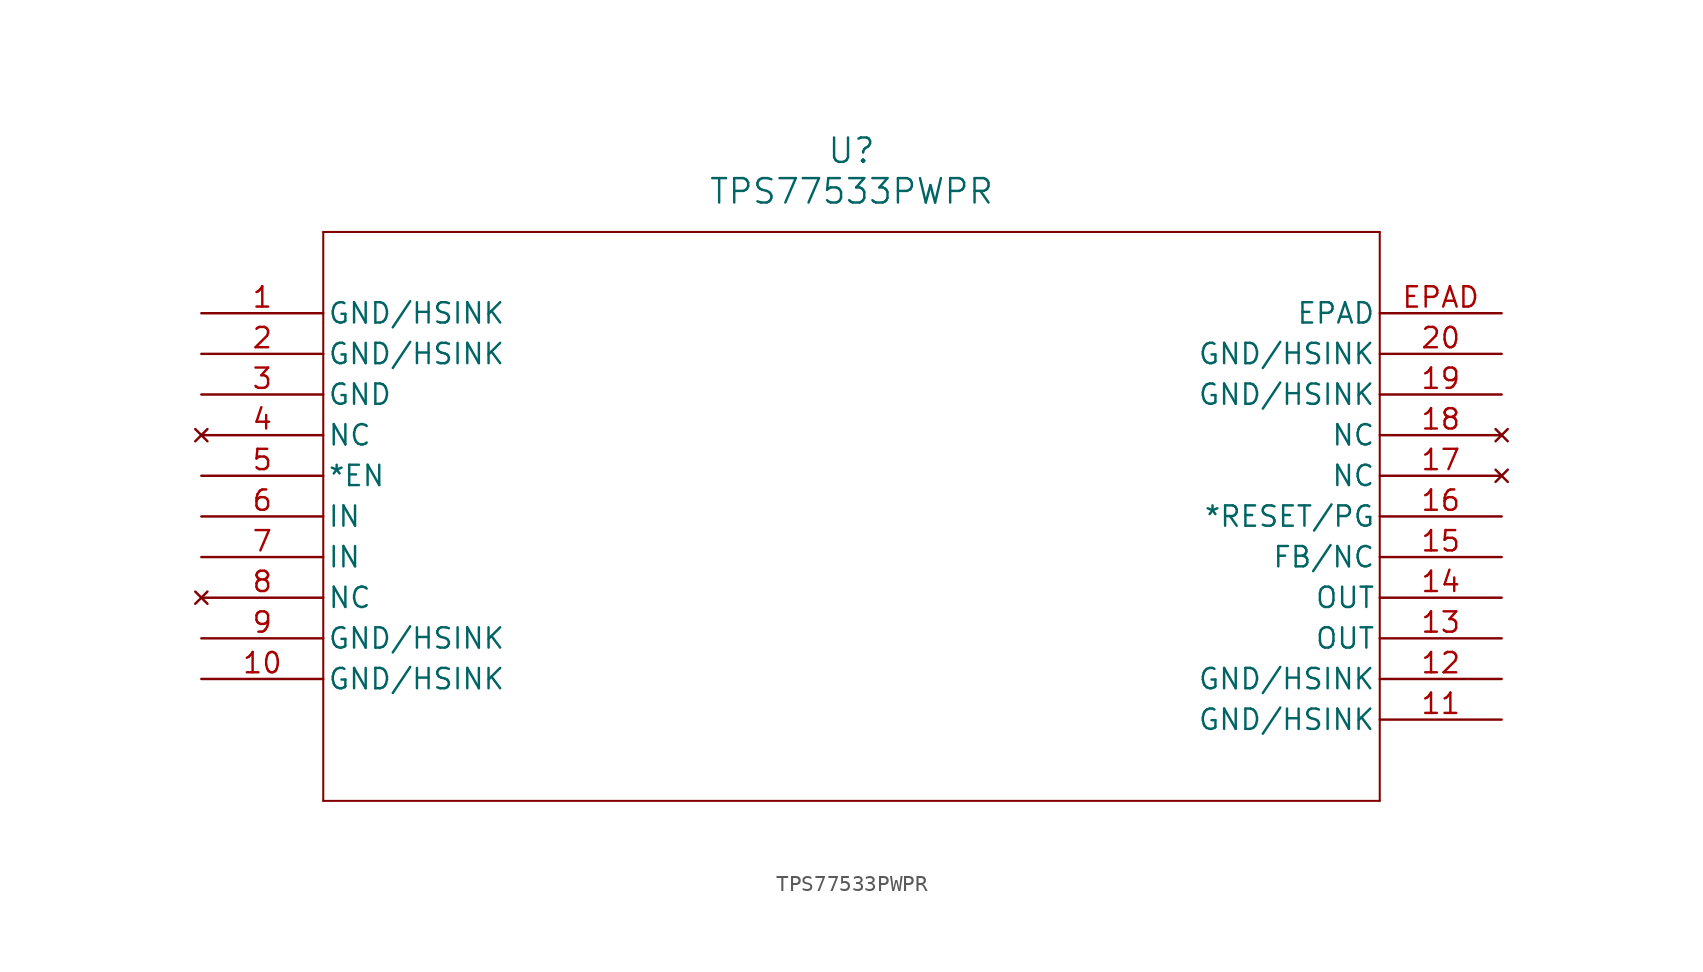
<source format=kicad_sym>
(kicad_symbol_lib
  (version 20211014)
  (generator kicad_symbol_editor)
  (symbol "TPS77533PWPR"
    (pin_names
      (offset 0.254))
    (property "Reference" "U"
      (at 40.64 10.16 0)
      (effects (font (size 1.524 1.524))))
    (property "Value" "TPS77533PWPR"
      (at 40.64 7.62 0)
      (effects (font (size 1.524 1.524))))
    (symbol "TPS77533PWPR_0_1"
      (polyline (pts (xy 7.62 5.08) (xy 7.62 -30.48)) (stroke (width 0.127) (type default) (color 0 0 0 0)) (fill (type none)))
      (polyline (pts (xy 7.62 -30.48) (xy 73.66 -30.48)) (stroke (width 0.127) (type default) (color 0 0 0 0)) (fill (type none)))
      (polyline (pts (xy 73.66 -30.48) (xy 73.66 5.08)) (stroke (width 0.127) (type default) (color 0 0 0 0)) (fill (type none)))
      (polyline (pts (xy 73.66 5.08) (xy 7.62 5.08)) (stroke (width 0.127) (type default) (color 0 0 0 0)) (fill (type none)))
      (pin power_in line (at 0 0 0) (length 7.62) (name "GND/HSINK" (effects (font (size 1.27 1.27)))) (number "1" (effects (font (size 1.27 1.27)))))
      (pin power_in line (at 0 -2.54 0) (length 7.62) (name "GND/HSINK" (effects (font (size 1.27 1.27)))) (number "2" (effects (font (size 1.27 1.27)))))
      (pin power_in line (at 0 -5.08 0) (length 7.62) (name "GND" (effects (font (size 1.27 1.27)))) (number "3" (effects (font (size 1.27 1.27)))))
      (pin no_connect line (at 0 -7.62 0) (length 7.62) (name "NC" (effects (font (size 1.27 1.27)))) (number "4" (effects (font (size 1.27 1.27)))))
      (pin unspecified line (at 0 -10.16 0) (length 7.62) (name "*EN" (effects (font (size 1.27 1.27)))) (number "5" (effects (font (size 1.27 1.27)))))
      (pin input line (at 0 -12.7 0) (length 7.62) (name "IN" (effects (font (size 1.27 1.27)))) (number "6" (effects (font (size 1.27 1.27)))))
      (pin input line (at 0 -15.24 0) (length 7.62) (name "IN" (effects (font (size 1.27 1.27)))) (number "7" (effects (font (size 1.27 1.27)))))
      (pin no_connect line (at 0 -17.78 0) (length 7.62) (name "NC" (effects (font (size 1.27 1.27)))) (number "8" (effects (font (size 1.27 1.27)))))
      (pin power_in line (at 0 -20.32 0) (length 7.62) (name "GND/HSINK" (effects (font (size 1.27 1.27)))) (number "9" (effects (font (size 1.27 1.27)))))
      (pin power_in line (at 0 -22.86 0) (length 7.62) (name "GND/HSINK" (effects (font (size 1.27 1.27)))) (number "10" (effects (font (size 1.27 1.27)))))
      (pin power_in line (at 81.28 -25.4 180) (length 7.62) (name "GND/HSINK" (effects (font (size 1.27 1.27)))) (number "11" (effects (font (size 1.27 1.27)))))
      (pin power_in line (at 81.28 -22.86 180) (length 7.62) (name "GND/HSINK" (effects (font (size 1.27 1.27)))) (number "12" (effects (font (size 1.27 1.27)))))
      (pin output line (at 81.28 -20.32 180) (length 7.62) (name "OUT" (effects (font (size 1.27 1.27)))) (number "13" (effects (font (size 1.27 1.27)))))
      (pin output line (at 81.28 -17.78 180) (length 7.62) (name "OUT" (effects (font (size 1.27 1.27)))) (number "14" (effects (font (size 1.27 1.27)))))
      (pin unspecified line (at 81.28 -15.24 180) (length 7.62) (name "FB/NC" (effects (font (size 1.27 1.27)))) (number "15" (effects (font (size 1.27 1.27)))))
      (pin unspecified line (at 81.28 -12.7 180) (length 7.62) (name "*RESET/PG" (effects (font (size 1.27 1.27)))) (number "16" (effects (font (size 1.27 1.27)))))
      (pin no_connect line (at 81.28 -10.16 180) (length 7.62) (name "NC" (effects (font (size 1.27 1.27)))) (number "17" (effects (font (size 1.27 1.27)))))
      (pin no_connect line (at 81.28 -7.62 180) (length 7.62) (name "NC" (effects (font (size 1.27 1.27)))) (number "18" (effects (font (size 1.27 1.27)))))
      (pin power_in line (at 81.28 -5.08 180) (length 7.62) (name "GND/HSINK" (effects (font (size 1.27 1.27)))) (number "19" (effects (font (size 1.27 1.27)))))
      (pin power_in line (at 81.28 -2.54 180) (length 7.62) (name "GND/HSINK" (effects (font (size 1.27 1.27)))) (number "20" (effects (font (size 1.27 1.27)))))
      (pin unspecified line (at 81.28 0 180) (length 7.62) (name "EPAD" (effects (font (size 1.27 1.27)))) (number "EPAD" (effects (font (size 1.27 1.27))))))))
</source>
